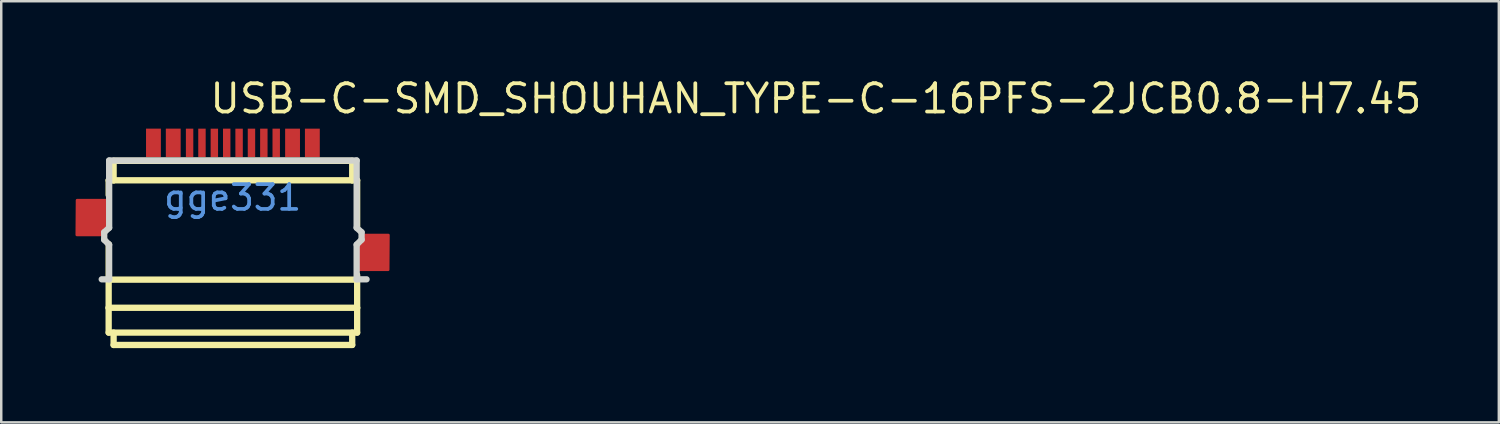
<source format=kicad_pcb>
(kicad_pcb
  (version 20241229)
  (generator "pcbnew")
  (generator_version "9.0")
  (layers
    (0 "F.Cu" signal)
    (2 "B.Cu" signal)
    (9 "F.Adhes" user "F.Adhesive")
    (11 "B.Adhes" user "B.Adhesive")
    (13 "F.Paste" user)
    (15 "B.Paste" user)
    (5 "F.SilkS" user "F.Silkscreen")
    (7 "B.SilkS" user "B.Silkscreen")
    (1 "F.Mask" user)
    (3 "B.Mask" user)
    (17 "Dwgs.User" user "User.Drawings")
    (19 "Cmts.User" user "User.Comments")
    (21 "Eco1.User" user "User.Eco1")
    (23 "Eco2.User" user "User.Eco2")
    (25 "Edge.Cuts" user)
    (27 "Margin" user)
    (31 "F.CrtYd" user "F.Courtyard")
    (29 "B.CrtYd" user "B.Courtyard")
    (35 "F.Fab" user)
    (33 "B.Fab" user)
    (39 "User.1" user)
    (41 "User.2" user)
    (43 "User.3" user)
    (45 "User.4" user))
  (footprint "USB-C-SMD_SHOUHAN_TYPE-C-16PFS-2JCB0.8-H7.45"
    (layer "F.Cu")
    (at 6.348 4.935)
    (property "Reference" "USB-C-SMD_SHOUHAN_TYPE-C-16PFS-2JCB0.8-H7.45" (at -1 -4 0) (layer "F.SilkS") (effects (font (size 1.143 1.143) (thickness 0.152)) (justify left)))
    (attr smd)
    (fp_line (start -5.01 4.45) (end 5.03 4.45) (stroke (width 0.254) (type solid)) (layer "F.SilkS"))
    (fp_line (start -5.008 -0.7) (end -4.808 -0.7) (stroke (width 0.254) (type solid)) (layer "F.SilkS"))
    (fp_line (start -5.008 -0.104) (end -5.008 -0.7) (stroke (width 0.254) (type solid)) (layer "F.SilkS"))
    (fp_line (start -5.008 3.313) (end -5.008 1.876) (stroke (width 0.254) (type solid)) (layer "F.SilkS"))
    (fp_line (start -5.008 3.313) (end 5.032 3.313) (stroke (width 0.254) (type solid)) (layer "F.SilkS"))
    (fp_line (start -5.008 4.453) (end -5.008 3.313) (stroke (width 0.254) (type solid)) (layer "F.SilkS"))
    (fp_line (start -5.008 4.453) (end -5.008 5.453) (stroke (width 0.254) (type solid)) (layer "F.SilkS"))
    (fp_line (start -5.008 5.453) (end 5.032 5.453) (stroke (width 0.254) (type solid)) (layer "F.SilkS"))
    (fp_line (start -4.808 -1.487) (end -4.808 -0.7) (stroke (width 0.254) (type solid)) (layer "F.SilkS"))
    (fp_line (start -4.808 -1.487) (end 4.832 -1.487) (stroke (width 0.254) (type solid)) (layer "F.SilkS"))
    (fp_line (start -4.808 -0.7) (end 4.832 -0.7) (stroke (width 0.254) (type solid)) (layer "F.SilkS"))
    (fp_line (start -4.808 5.453) (end -4.808 5.953) (stroke (width 0.254) (type solid)) (layer "F.SilkS"))
    (fp_line (start -4.808 5.953) (end 4.832 5.953) (stroke (width 0.254) (type solid)) (layer "F.SilkS"))
    (fp_line (start 4.832 -1.487) (end 4.832 -0.7) (stroke (width 0.254) (type solid)) (layer "F.SilkS"))
    (fp_line (start 4.832 5.453) (end 4.832 5.953) (stroke (width 0.254) (type solid)) (layer "F.SilkS"))
    (fp_line (start 5.032 -0.7) (end 4.832 -0.7) (stroke (width 0.254) (type solid)) (layer "F.SilkS"))
    (fp_line (start 5.032 1.15) (end 5.032 -0.7) (stroke (width 0.254) (type solid)) (layer "F.SilkS"))
    (fp_line (start 5.032 3.313) (end 5.032 3.129) (stroke (width 0.254) (type solid)) (layer "F.SilkS"))
    (fp_line (start 5.032 4.453) (end 5.032 3.313) (stroke (width 0.254) (type solid)) (layer "F.SilkS"))
    (fp_line (start 5.032 4.453) (end 5.032 5.453) (stroke (width 0.254) (type solid)) (layer "F.SilkS"))
    (fp_line (start -5.188 1.4) (end -4.989 1.218) (stroke (width 0.254) (type solid)) (layer "Edge.Cuts"))
    (fp_line (start -5.188 1.7) (end -5.188 1.4) (stroke (width 0.254) (type solid)) (layer "Edge.Cuts"))
    (fp_line (start -4.989 1.901) (end -5.188 1.7) (stroke (width 0.254) (type solid)) (layer "Edge.Cuts"))
    (fp_line (start -4.989 3.301) (end -4.989 1.901) (stroke (width 0.254) (type solid)) (layer "Edge.Cuts"))
    (fp_line (start -4.988 -1.5) (end -4.988 1.218) (stroke (width 0.254) (type solid)) (layer "Edge.Cuts"))
    (fp_line (start -4.988 -1.5) (end 5.012 -1.5) (stroke (width 0.254) (type solid)) (layer "Edge.Cuts"))
    (fp_line (start -4.988 3.3) (end -5.288 3.3) (stroke (width 0.254) (type solid)) (layer "Edge.Cuts"))
    (fp_line (start 5.012 1.217) (end 5.012 -1.5) (stroke (width 0.254) (type solid)) (layer "Edge.Cuts"))
    (fp_line (start 5.012 1.9) (end 5.211 1.699) (stroke (width 0.254) (type solid)) (layer "Edge.Cuts"))
    (fp_line (start 5.012 3.3) (end 5.012 1.9) (stroke (width 0.254) (type solid)) (layer "Edge.Cuts"))
    (fp_line (start 5.012 3.3) (end 5.412 3.3) (stroke (width 0.254) (type solid)) (layer "Edge.Cuts"))
    (fp_line (start 5.211 1.399) (end 5.012 1.217) (stroke (width 0.254) (type solid)) (layer "Edge.Cuts"))
    (fp_line (start 5.211 1.699) (end 5.211 1.399) (stroke (width 0.254) (type solid)) (layer "Edge.Cuts"))
    (fp_text user "gge331" (at 0 0 0) (layer "Cmts.User") (effects (font (size 1 1) (thickness 0.15))))
    (pad "A1B12" smd rect (at -3.198 -2.213 180) (size 0.6 1.15) (layers "F.Cu" "F.Mask" "F.Paste"))
    (pad "A4B9" smd rect (at -2.398 -2.213 180) (size 0.6 1.15) (layers "F.Cu" "F.Mask" "F.Paste"))
    (pad "A5" smd rect (at -1.238 -2.212) (size 0.3 1.15) (layers "F.Cu" "F.Mask" "F.Paste"))
    (pad "A6" smd rect (at -0.238 -2.212) (size 0.3 1.15) (layers "F.Cu" "F.Mask" "F.Paste"))
    (pad "A7" smd rect (at 0.262 -2.211) (size 0.3 1.15) (layers "F.Cu" "F.Mask" "F.Paste"))
    (pad "A8" smd rect (at 1.262 -2.212) (size 0.3 1.15) (layers "F.Cu" "F.Mask" "F.Paste"))
    (pad "A9B4" smd rect (at 2.422 -2.212) (size 0.6 1.15) (layers "F.Cu" "F.Mask" "F.Paste"))
    (pad "A12B1" smd rect (at 3.222 -2.212) (size 0.6 1.15) (layers "F.Cu" "F.Mask" "F.Paste"))
    (pad "B5" smd rect (at 1.762 -2.212) (size 0.3 1.15) (layers "F.Cu" "F.Mask" "F.Paste"))
    (pad "B6" smd rect (at 0.762 -2.212) (size 0.3 1.15) (layers "F.Cu" "F.Mask" "F.Paste"))
    (pad "B7" smd rect (at -0.738 -2.211) (size 0.3 1.15) (layers "F.Cu" "F.Mask" "F.Paste"))
    (pad "B8" smd rect (at -1.738 -2.212) (size 0.3 1.15) (layers "F.Cu" "F.Mask" "F.Paste"))
    (pad "S1" smd custom (at -5.713 0.805) (size 1.17 1.17) (layers "F.Cu" "F.Mask" "F.Paste") (options (anchor circle)) (primitives (gr_poly (pts (xy 0.585 0.315) (xy 0.585 -0.705) (xy -0.575 -0.705) (xy -0.585 0.705) (xy 0.375 0.705) (xy 0.385 0.695) (xy 0.385 0.515) (xy 0.585 0.315)) (width 0.1) (fill yes))))
    (pad "S2" smd custom (at 5.713 2.213 180) (size 1.17 1.17) (layers "F.Cu" "F.Mask" "F.Paste") (options (anchor circle)) (primitives (gr_poly (pts (xy 0.585 0.315) (xy 0.585 -0.705) (xy -0.575 -0.705) (xy -0.585 0.705) (xy 0.375 0.705) (xy 0.385 0.695) (xy 0.385 0.515) (xy 0.585 0.315)) (width 0.1) (fill yes)))))
  (gr_rect
    (start -3 -3)
    (end 57.507 14.015)
    (stroke (width 0.1) (type default))
    (fill no)
    (layer "Edge.Cuts")))
</source>
